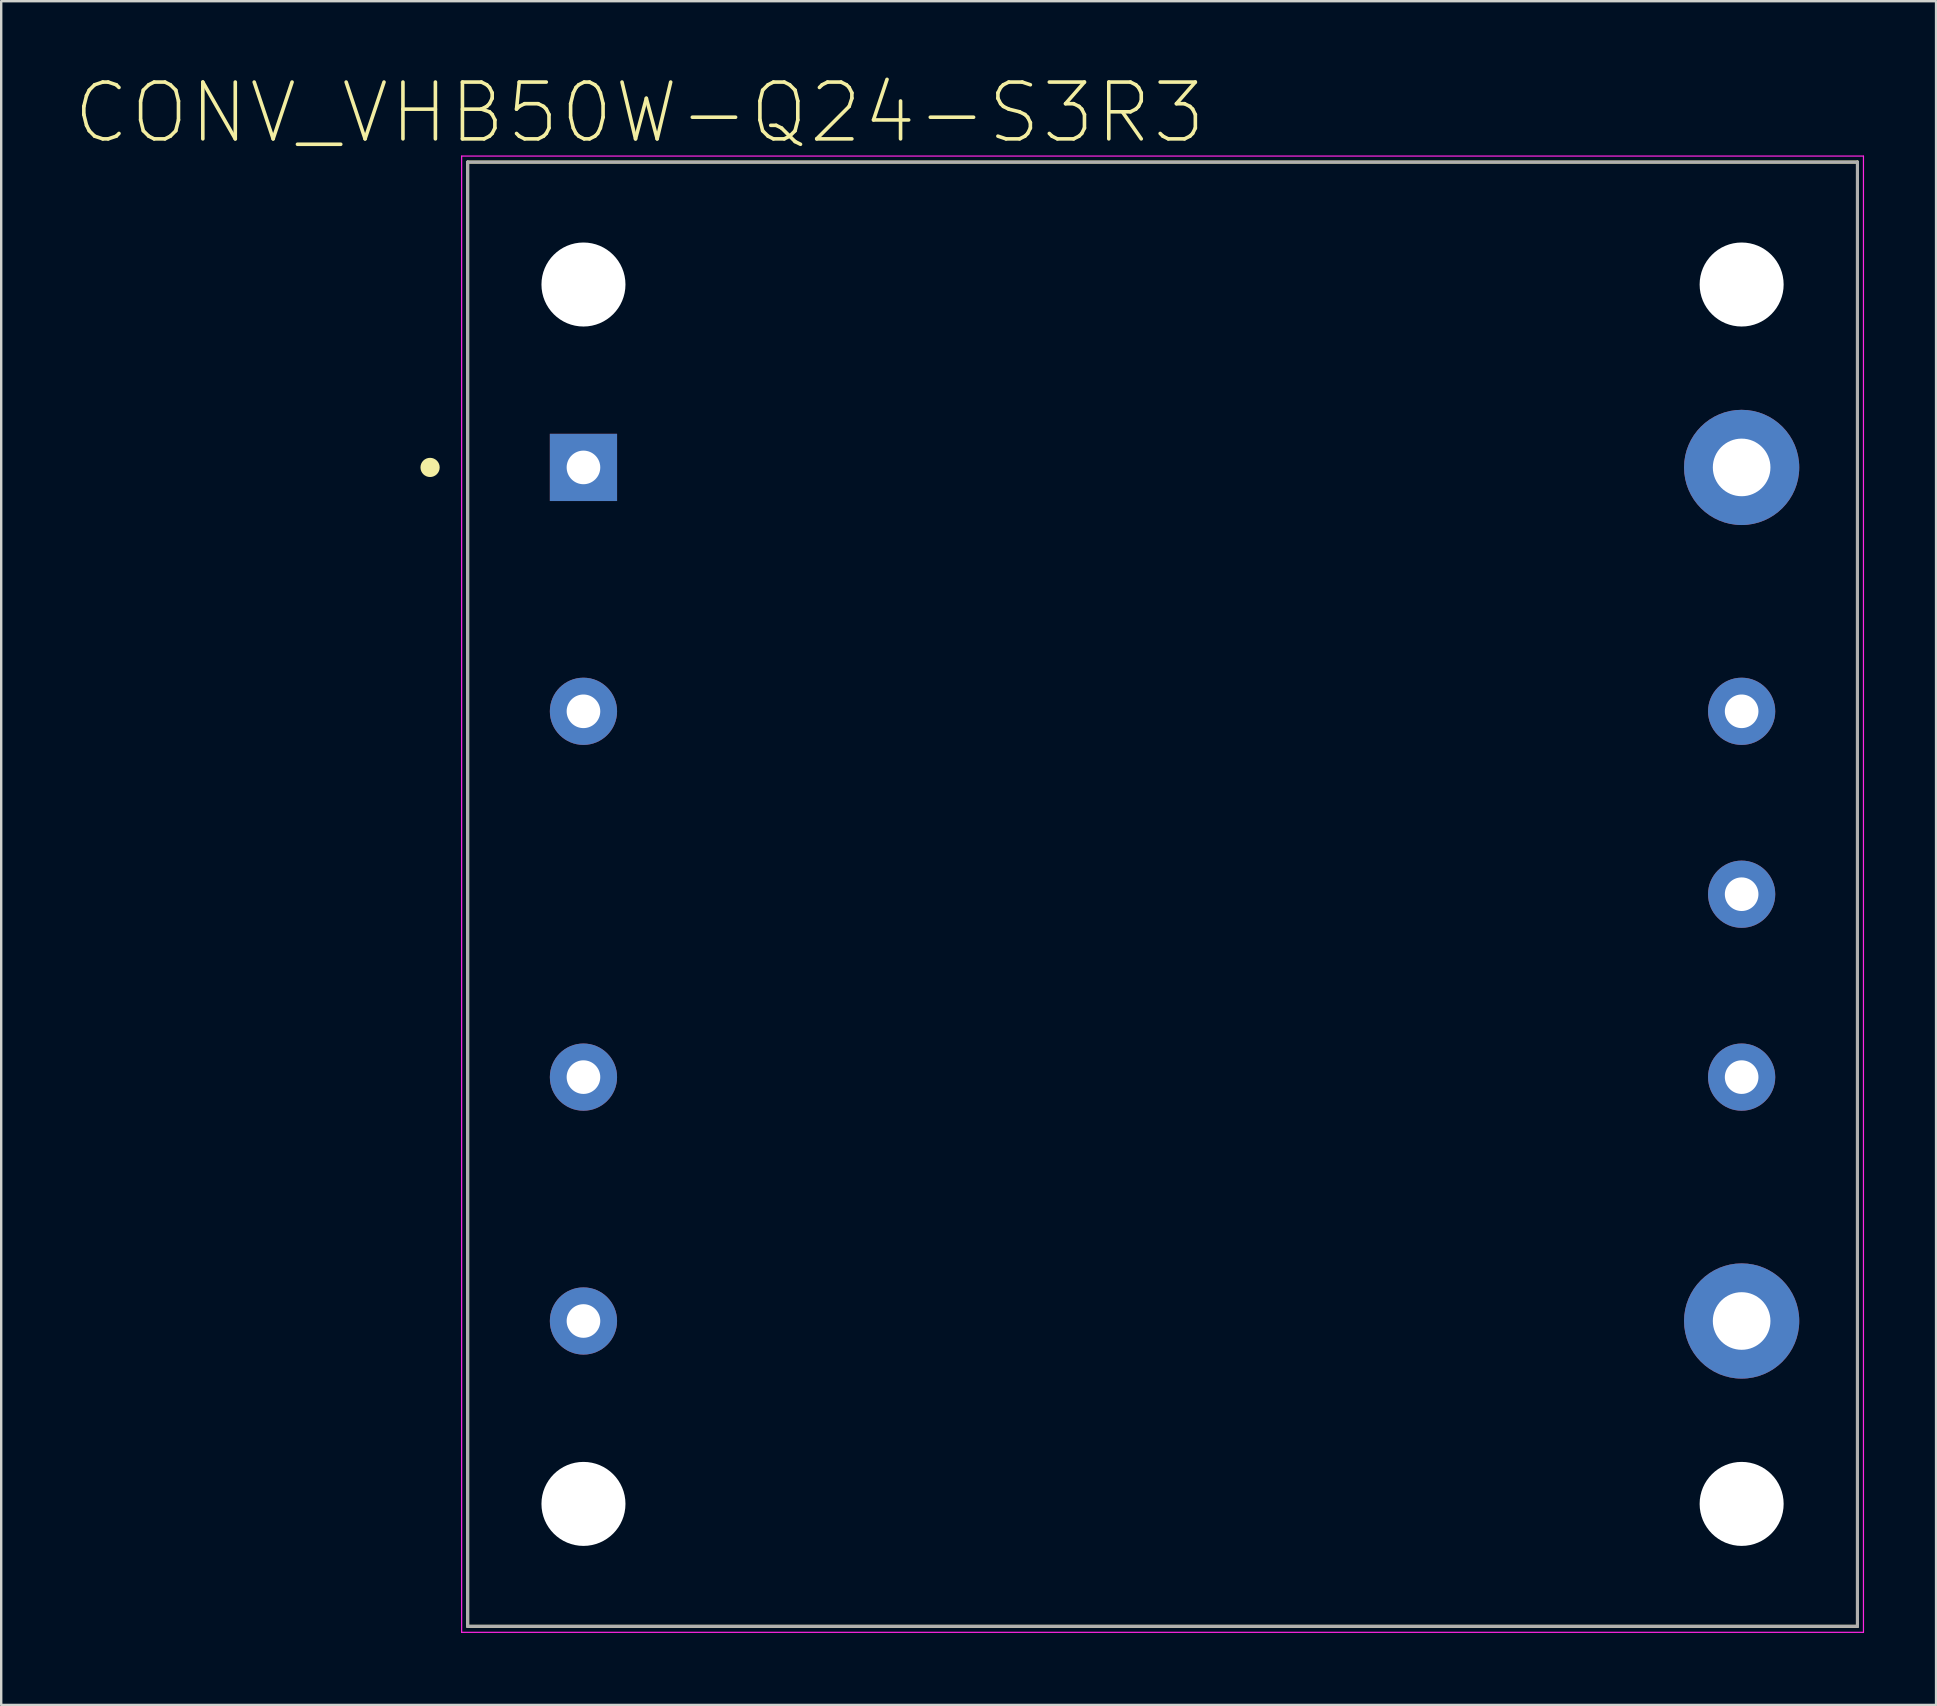
<source format=kicad_pcb>
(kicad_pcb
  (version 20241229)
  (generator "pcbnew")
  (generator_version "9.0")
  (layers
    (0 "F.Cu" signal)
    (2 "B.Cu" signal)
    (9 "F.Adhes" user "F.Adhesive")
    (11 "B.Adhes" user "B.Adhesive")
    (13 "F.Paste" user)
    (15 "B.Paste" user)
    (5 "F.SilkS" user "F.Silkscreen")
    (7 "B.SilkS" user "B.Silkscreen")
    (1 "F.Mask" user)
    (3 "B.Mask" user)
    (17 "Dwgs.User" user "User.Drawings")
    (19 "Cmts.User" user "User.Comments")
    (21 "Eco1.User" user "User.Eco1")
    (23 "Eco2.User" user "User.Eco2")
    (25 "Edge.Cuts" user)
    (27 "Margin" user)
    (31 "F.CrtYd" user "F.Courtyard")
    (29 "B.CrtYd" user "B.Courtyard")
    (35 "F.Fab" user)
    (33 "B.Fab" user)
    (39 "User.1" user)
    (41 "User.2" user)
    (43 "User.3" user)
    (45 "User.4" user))
  (footprint "CONV_VHB50W-Q24-S3R3"
    (layer "F.Cu")
    (at 45.382 34.203)
    (property "Reference" "CONV_VHB50W-Q24-S3R3" (at -21.787 -32.555 0) (layer "F.SilkS") (effects (font (size 2.366 2.366) (thickness 0.15))))
    (attr through_hole)
    (fp_line (start -28.95 -30.5) (end 28.95 -30.5) (stroke (width 0.127) (type solid)) (layer "F.SilkS"))
    (fp_line (start -28.95 30.5) (end -28.95 -30.5) (stroke (width 0.127) (type solid)) (layer "F.SilkS"))
    (fp_line (start 28.95 -30.5) (end 28.95 30.5) (stroke (width 0.127) (type solid)) (layer "F.SilkS"))
    (fp_line (start 28.95 30.5) (end -28.95 30.5) (stroke (width 0.127) (type solid)) (layer "F.SilkS"))
    (fp_circle (center -30.515 -17.78) (end -30.315 -17.78) (stroke (width 0.4) (type solid)) (fill no) (layer "F.SilkS"))
    (fp_line (start -29.2 -30.75) (end 29.2 -30.75) (stroke (width 0.05) (type solid)) (layer "F.CrtYd"))
    (fp_line (start -29.2 30.75) (end -29.2 -30.75) (stroke (width 0.05) (type solid)) (layer "F.CrtYd"))
    (fp_line (start 29.2 -30.75) (end 29.2 30.75) (stroke (width 0.05) (type solid)) (layer "F.CrtYd"))
    (fp_line (start 29.2 30.75) (end -29.2 30.75) (stroke (width 0.05) (type solid)) (layer "F.CrtYd"))
    (fp_line (start -28.95 -30.5) (end 28.95 -30.5) (stroke (width 0.127) (type solid)) (layer "F.Fab"))
    (fp_line (start -28.95 30.5) (end -28.95 -30.5) (stroke (width 0.127) (type solid)) (layer "F.Fab"))
    (fp_line (start 28.95 -30.5) (end 28.95 30.5) (stroke (width 0.127) (type solid)) (layer "F.Fab"))
    (fp_line (start 28.95 30.5) (end -28.95 30.5) (stroke (width 0.127) (type solid)) (layer "F.Fab"))
    (fp_circle (center -24.125 -17.78) (end -23.925 -17.78) (stroke (width 0.4) (type solid)) (fill no) (layer "F.Fab"))
    (pad "" np_thru_hole circle (at -24.125 -25.4) (size 3.5 3.5) (drill 3.5) (layers "*.Cu" "*.Mask"))
    (pad "" np_thru_hole circle (at -24.125 25.4) (size 3.5 3.5) (drill 3.5) (layers "*.Cu" "*.Mask"))
    (pad "" np_thru_hole circle (at 24.125 -25.4) (size 3.5 3.5) (drill 3.5) (layers "*.Cu" "*.Mask"))
    (pad "" np_thru_hole circle (at 24.125 25.4) (size 3.5 3.5) (drill 3.5) (layers "*.Cu" "*.Mask"))
    (pad "1" thru_hole rect (at -24.125 -17.78) (size 2.8 2.8) (drill 1.4) (layers "*.Cu" "*.Mask"))
    (pad "2" thru_hole circle (at -24.125 -7.62) (size 2.8 2.8) (drill 1.4) (layers "*.Cu" "*.Mask"))
    (pad "3" thru_hole circle (at -24.125 7.62) (size 2.8 2.8) (drill 1.4) (layers "*.Cu" "*.Mask"))
    (pad "4" thru_hole circle (at -24.125 17.78) (size 2.8 2.8) (drill 1.4) (layers "*.Cu" "*.Mask"))
    (pad "5" thru_hole circle (at 24.125 17.78) (size 4.8 4.8) (drill 2.4) (layers "*.Cu" "*.Mask"))
    (pad "6" thru_hole circle (at 24.125 7.62) (size 2.8 2.8) (drill 1.4) (layers "*.Cu" "*.Mask"))
    (pad "7" thru_hole circle (at 24.125 0) (size 2.8 2.8) (drill 1.4) (layers "*.Cu" "*.Mask"))
    (pad "8" thru_hole circle (at 24.125 -7.62) (size 2.8 2.8) (drill 1.4) (layers "*.Cu" "*.Mask"))
    (pad "9" thru_hole circle (at 24.125 -17.78) (size 4.8 4.8) (drill 2.4) (layers "*.Cu" "*.Mask")))
  (gr_rect
    (start -3 -3)
    (end 77.607 67.978)
    (stroke (width 0.1) (type default))
    (fill no)
    (layer "Edge.Cuts")))
</source>
